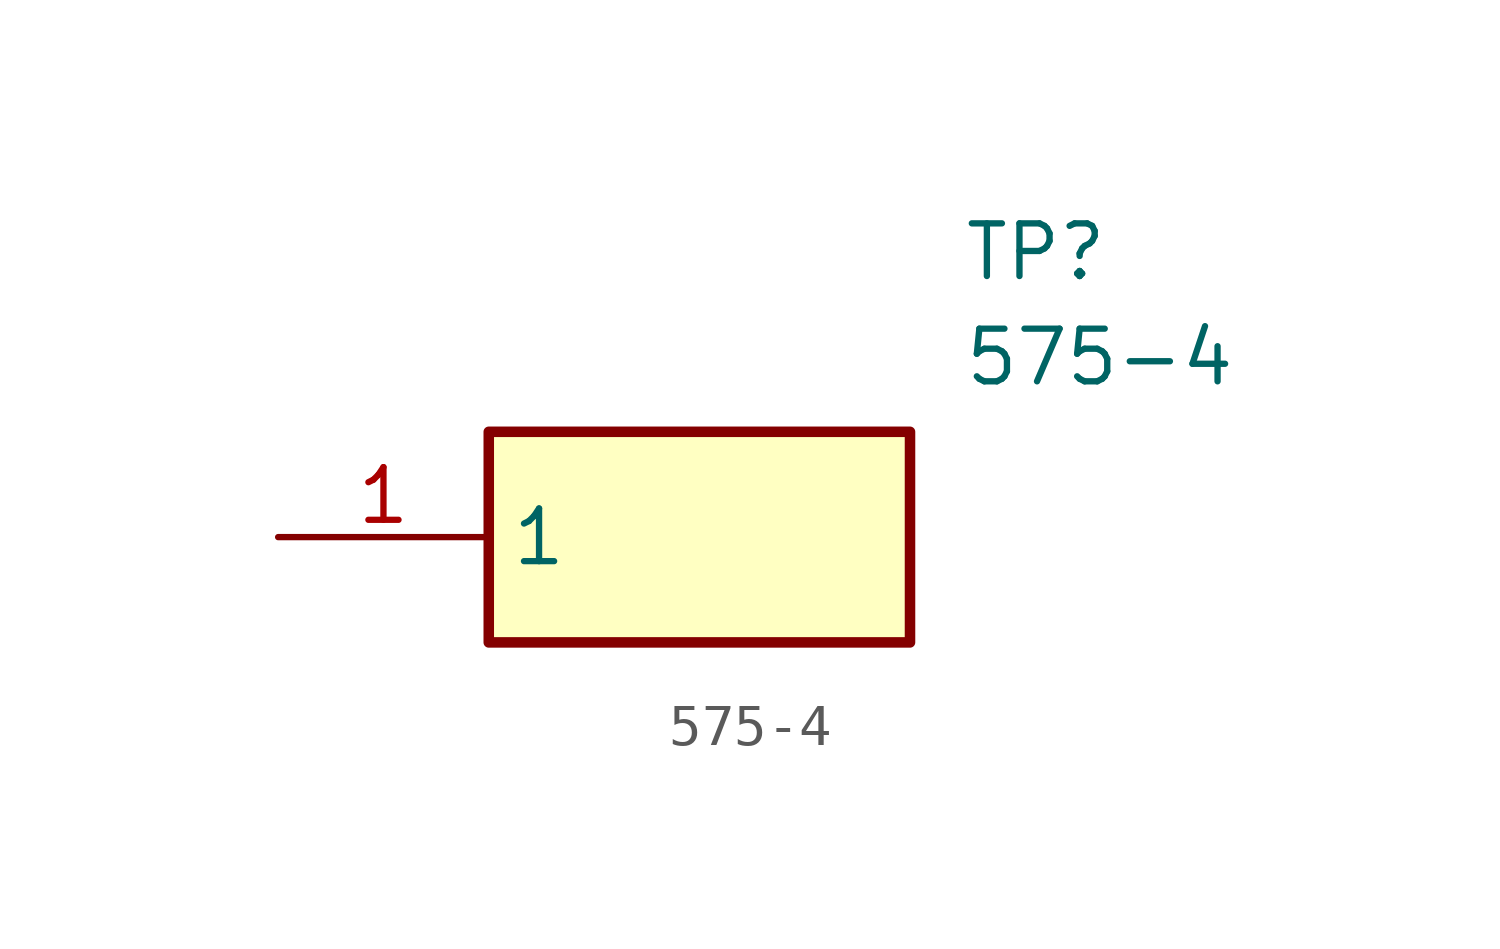
<source format=kicad_sym>
(kicad_symbol_lib
  (version 20211014)
  (generator SamacSys_ECAD_Model)
  (symbol "575-4"
    (property "Reference" "TP"
      (at 16.51 7.62 0)
      (effects (font (size 1.27 1.27)) (justify left top)))
    (property "Value" "575-4"
      (at 16.51 5.08 0)
      (effects (font (size 1.27 1.27)) (justify left top)))
    (rectangle
      (start 5.08 2.54)
      (end 15.24 -2.54)
      (stroke (width 0.254) (type default))
      (fill (type background)))
    (pin passive line
      (at 0 0 0)
      (length 5.08)
      (name "1" (effects (font (size 1.27 1.27))))
      (number "1" (effects (font (size 1.27 1.27)))))))
</source>
